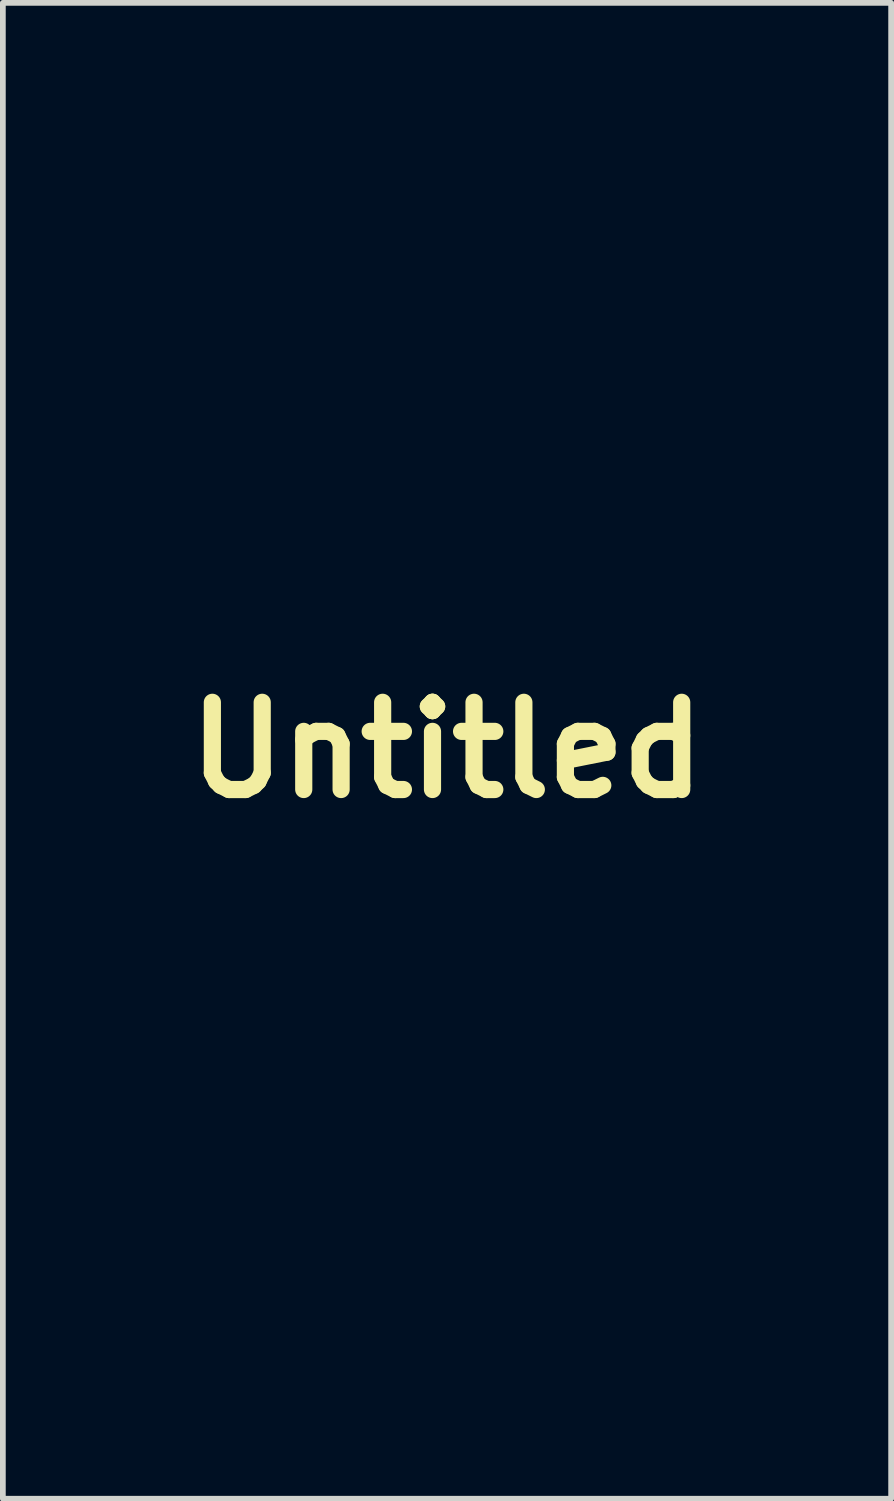
<source format=kicad_pcb>
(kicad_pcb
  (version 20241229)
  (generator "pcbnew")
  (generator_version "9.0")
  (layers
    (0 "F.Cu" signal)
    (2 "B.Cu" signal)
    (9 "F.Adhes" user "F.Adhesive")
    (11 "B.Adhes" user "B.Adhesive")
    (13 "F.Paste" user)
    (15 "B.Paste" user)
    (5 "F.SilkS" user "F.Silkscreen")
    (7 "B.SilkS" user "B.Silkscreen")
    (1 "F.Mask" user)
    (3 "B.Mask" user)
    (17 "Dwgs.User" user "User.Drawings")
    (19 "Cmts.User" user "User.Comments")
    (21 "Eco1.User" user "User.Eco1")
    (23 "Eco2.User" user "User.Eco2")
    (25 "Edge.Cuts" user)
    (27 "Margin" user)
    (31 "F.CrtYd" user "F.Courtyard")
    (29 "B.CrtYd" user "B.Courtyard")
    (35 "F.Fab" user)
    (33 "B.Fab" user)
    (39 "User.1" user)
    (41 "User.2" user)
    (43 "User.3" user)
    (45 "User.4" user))
  (footprint "Untitled"
    (layer "F.Cu")
    (at 4.761 10.056)
    (property "Reference" "Untitled" (at 0 0 0) (layer "F.SilkS") (effects (font (size 1.524 1.524) (thickness 0.3))))
    (attr through_hole)
    (fp_poly (pts (xy 0.231 -10.037) (xy 0.61 -9.898) (xy 0.933 -9.636) (xy 1.078 -9.432) (xy 1.267 -9.102) (xy 1.267 9.102) (xy 1.078 9.432) (xy 0.798 9.766) (xy 0.427 9.991) (xy 0.013 10.075) (xy -0.000001 10.075) (xy -0.282 10.033) (xy -0.569 9.931) (xy -0.594 9.918) (xy -0.828 9.74) (xy -1.038 9.495) (xy -1.078 9.432) (xy -1.267 9.102) (xy -1.267 8.802) (xy -0.873 8.802) (xy -0.826 9.144) (xy -0.806 9.196) (xy -0.592 9.513) (xy -0.28 9.696) (xy 0 9.737) (xy 0.266 9.697) (xy 0.493 9.602) (xy 0.498 9.599) (xy 0.713 9.363) (xy 0.851 9.049) (xy 0.877 8.735) (xy 0.873 8.707) (xy 0.783 8.499) (xy 0.619 8.282) (xy 0.589 8.251) (xy 0.29 8.061) (xy -0.027 8.011) (xy -0.332 8.081) (xy -0.595 8.25) (xy -0.786 8.497) (xy -0.873 8.802) (xy -1.267 8.802) (xy -1.268 6.262) (xy -0.873 6.262) (xy -0.826 6.604) (xy -0.806 6.656) (xy -0.592 6.973) (xy -0.28 7.156) (xy 0 7.197) (xy 0.266 7.157) (xy 0.493 7.062) (xy 0.498 7.059) (xy 0.713 6.823) (xy 0.851 6.509) (xy 0.877 6.195) (xy 0.873 6.167) (xy 0.783 5.959) (xy 0.619 5.742) (xy 0.589 5.711) (xy 0.29 5.521) (xy -0.027 5.471) (xy -0.332 5.541) (xy -0.595 5.71) (xy -0.786 5.957) (xy -0.873 6.262) (xy -1.268 6.262) (xy -1.268 3.818) (xy -0.87 3.818) (xy -0.844 4.087) (xy -0.738 4.283) (xy -0.603 4.418) (xy -0.285 4.605) (xy 0.07 4.658) (xy 0.406 4.573) (xy 0.498 4.519) (xy 0.713 4.283) (xy 0.851 3.969) (xy 0.877 3.655) (xy 0.873 3.627) (xy 0.783 3.419) (xy 0.619 3.202) (xy 0.589 3.171) (xy 0.285 2.979) (xy -0.043 2.93) (xy -0.358 3.008) (xy -0.625 3.196) (xy -0.807 3.479) (xy -0.87 3.818) (xy -1.268 3.818) (xy -1.268 1.266) (xy -0.87 1.266) (xy -0.799 1.626) (xy -0.609 1.899) (xy -0.336 2.072) (xy -0.013 2.129) (xy 0.325 2.056) (xy 0.603 1.878) (xy 0.813 1.595) (xy 0.883 1.279) (xy 0.827 0.966) (xy 0.662 0.691) (xy 0.4 0.491) (xy 0.057 0.402) (xy 0 0.4) (xy -0.37 0.475) (xy -0.656 0.682) (xy -0.829 0.992) (xy -0.87 1.266) (xy -1.268 1.266) (xy -1.269 0.013) (xy -1.269 -1.201) (xy -0.878 -1.201) (xy -0.772 -0.861) (xy -0.635 -0.677) (xy -0.319 -0.446) (xy 0.017 -0.38) (xy 0.359 -0.48) (xy 0.625 -0.679) (xy 0.829 -0.981) (xy 0.881 -1.32) (xy 0.783 -1.658) (xy 0.631 -1.867) (xy 0.437 -2.032) (xy 0.227 -2.104) (xy 0 -2.117) (xy -0.281 -2.094) (xy -0.479 -2.004) (xy -0.631 -1.867) (xy -0.831 -1.55) (xy -0.878 -1.201) (xy -1.269 -1.201) (xy -1.269 -1.435) (xy -1.268 -2.723) (xy -1.267 -3.813) (xy -0.88 -3.813) (xy -0.815 -3.487) (xy -0.635 -3.217) (xy -0.319 -2.986) (xy 0.017 -2.92) (xy 0.359 -3.02) (xy 0.625 -3.219) (xy 0.825 -3.511) (xy 0.882 -3.829) (xy 0.813 -4.138) (xy 0.633 -4.402) (xy 0.356 -4.587) (xy -0.000001 -4.657) (xy -0.36 -4.586) (xy -0.637 -4.398) (xy -0.816 -4.129) (xy -0.88 -3.813) (xy -1.267 -3.813) (xy -1.267 -3.862) (xy -1.265 -4.859) (xy -1.263 -5.726) (xy -1.26 -6.344) (xy -0.878 -6.344) (xy -0.81 -6.018) (xy -0.635 -5.757) (xy -0.318 -5.527) (xy 0.022 -5.461) (xy 0.366 -5.56) (xy 0.605 -5.734) (xy 0.823 -6.035) (xy 0.877 -6.375) (xy 0.806 -6.656) (xy 0.592 -6.973) (xy 0.28 -7.154) (xy -0.018 -7.197) (xy -0.371 -7.125) (xy -0.643 -6.935) (xy -0.817 -6.662) (xy -0.878 -6.344) (xy -1.26 -6.344) (xy -1.259 -6.471) (xy -1.254 -7.105) (xy -1.248 -7.636) (xy -1.24 -8.075) (xy -1.231 -8.431) (xy -1.22 -8.713) (xy -1.213 -8.833) (xy -0.879 -8.833) (xy -0.787 -8.5) (xy -0.605 -8.271) (xy -0.276 -8.054) (xy 0.066 -8.005) (xy 0.407 -8.123) (xy 0.605 -8.274) (xy 0.823 -8.575) (xy 0.877 -8.915) (xy 0.806 -9.196) (xy 0.592 -9.513) (xy 0.28 -9.696) (xy -0.000001 -9.737) (xy -0.372 -9.661) (xy -0.659 -9.441) (xy -0.806 -9.196) (xy -0.879 -8.833) (xy -1.213 -8.833) (xy -1.207 -8.932) (xy -1.193 -9.096) (xy -1.176 -9.216) (xy -1.156 -9.302) (xy -1.135 -9.361) (xy -1.133 -9.366) (xy -0.884 -9.715) (xy -0.551 -9.944) (xy -0.167 -10.051) (xy 0.231 -10.037)) (stroke (width 0.01) (type solid)) (fill no) (layer "Eco2.User")))
  (gr_rect
    (start -3 -3)
    (end 12.521 23.137)
    (stroke (width 0.1) (type default))
    (fill no)
    (layer "Edge.Cuts")))
</source>
